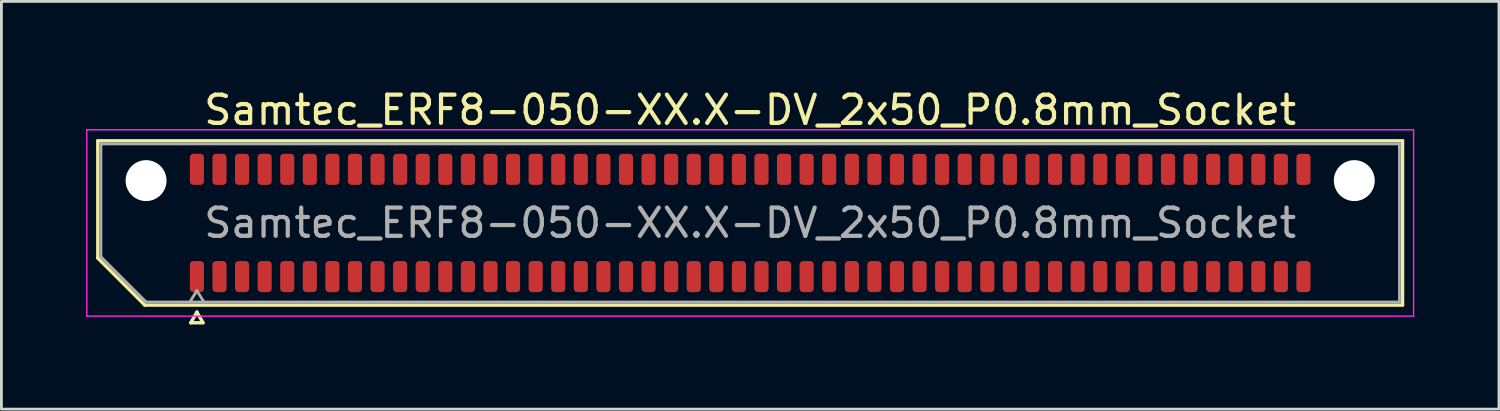
<source format=kicad_pcb>
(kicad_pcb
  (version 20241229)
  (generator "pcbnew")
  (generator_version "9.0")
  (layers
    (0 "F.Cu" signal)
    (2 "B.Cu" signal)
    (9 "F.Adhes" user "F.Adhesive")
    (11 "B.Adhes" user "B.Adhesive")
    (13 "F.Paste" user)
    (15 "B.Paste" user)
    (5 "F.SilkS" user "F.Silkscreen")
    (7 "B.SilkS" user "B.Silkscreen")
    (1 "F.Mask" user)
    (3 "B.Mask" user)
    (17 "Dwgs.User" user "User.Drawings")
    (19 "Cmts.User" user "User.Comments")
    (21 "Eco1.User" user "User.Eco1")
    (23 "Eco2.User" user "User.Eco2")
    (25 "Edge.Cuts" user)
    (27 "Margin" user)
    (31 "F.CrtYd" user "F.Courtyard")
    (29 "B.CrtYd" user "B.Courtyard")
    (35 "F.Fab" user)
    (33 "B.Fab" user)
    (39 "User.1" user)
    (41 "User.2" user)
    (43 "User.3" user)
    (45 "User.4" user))
  (footprint "Samtec_ERF8-050-XX.X-DV_2x50_P0.8mm_Socket"
    (layer "F.Cu")
    (at 23.525 4.848)
    (property "Reference" "Samtec_ERF8-050-XX.X-DV_2x50_P0.8mm_Socket" (at 0 -4 0) (layer "F.SilkS") (effects (font (size 1 1) (thickness 0.15))))
    (attr smd)
    (fp_line (start -23.11 -2.91) (end 23.11 -2.91) (stroke (width 0.12) (type solid)) (layer "F.SilkS"))
    (fp_line (start -23.11 1.246) (end -23.11 -2.91) (stroke (width 0.12) (type solid)) (layer "F.SilkS"))
    (fp_line (start -21.446 2.91) (end -23.11 1.246) (stroke (width 0.12) (type solid)) (layer "F.SilkS"))
    (fp_line (start -19.817 3.535) (end -19.6 3.16) (stroke (width 0.12) (type solid)) (layer "F.SilkS"))
    (fp_line (start -19.6 3.16) (end -19.383 3.535) (stroke (width 0.12) (type solid)) (layer "F.SilkS"))
    (fp_line (start -19.383 3.535) (end -19.817 3.535) (stroke (width 0.12) (type solid)) (layer "F.SilkS"))
    (fp_line (start 23.11 -2.91) (end 23.11 2.91) (stroke (width 0.12) (type solid)) (layer "F.SilkS"))
    (fp_line (start 23.11 2.91) (end -21.446 2.91) (stroke (width 0.12) (type solid)) (layer "F.SilkS"))
    (fp_line (start -23.5 -3.3) (end -23.5 3.3) (stroke (width 0.05) (type solid)) (layer "F.CrtYd"))
    (fp_line (start -23.5 3.3) (end 23.5 3.3) (stroke (width 0.05) (type solid)) (layer "F.CrtYd"))
    (fp_line (start 23.5 -3.3) (end -23.5 -3.3) (stroke (width 0.05) (type solid)) (layer "F.CrtYd"))
    (fp_line (start 23.5 3.3) (end 23.5 -3.3) (stroke (width 0.05) (type solid)) (layer "F.CrtYd"))
    (fp_line (start -23 -2.8) (end 23 -2.8) (stroke (width 0.1) (type solid)) (layer "F.Fab"))
    (fp_line (start -23 1.2) (end -23 -2.8) (stroke (width 0.1) (type solid)) (layer "F.Fab"))
    (fp_line (start -21.4 2.8) (end -23 1.2) (stroke (width 0.1) (type solid)) (layer "F.Fab"))
    (fp_line (start -19.6 2.4) (end -19.85 2.8) (stroke (width 0.1) (type solid)) (layer "F.Fab"))
    (fp_line (start -19.6 2.4) (end -19.35 2.8) (stroke (width 0.1) (type solid)) (layer "F.Fab"))
    (fp_line (start 23 -2.8) (end 23 2.8) (stroke (width 0.1) (type solid)) (layer "F.Fab"))
    (fp_line (start 23 2.8) (end -21.4 2.8) (stroke (width 0.1) (type solid)) (layer "F.Fab"))
    (fp_text user "${REFERENCE}" (at 0 0 0) (layer "F.Fab") (effects (font (size 1 1) (thickness 0.15))))
    (pad "" np_thru_hole circle (at -21.4 -1.5) (size 1.45 1.45) (drill 1.45) (layers "*.Cu" "*.Mask"))
    (pad "" np_thru_hole circle (at 21.4 -1.5) (size 1.45 1.45) (drill 1.45) (layers "*.Cu" "*.Mask"))
    (pad "1" smd roundrect (at -19.6 1.9) (size 0.5 1.1) (layers "F.Cu" "F.Mask" "F.Paste") (roundrect_rratio 0.25))
    (pad "2" smd roundrect (at -19.6 -1.9) (size 0.5 1.1) (layers "F.Cu" "F.Mask" "F.Paste") (roundrect_rratio 0.25))
    (pad "3" smd roundrect (at -18.8 1.9) (size 0.5 1.1) (layers "F.Cu" "F.Mask" "F.Paste") (roundrect_rratio 0.25))
    (pad "4" smd roundrect (at -18.8 -1.9) (size 0.5 1.1) (layers "F.Cu" "F.Mask" "F.Paste") (roundrect_rratio 0.25))
    (pad "5" smd roundrect (at -18 1.9) (size 0.5 1.1) (layers "F.Cu" "F.Mask" "F.Paste") (roundrect_rratio 0.25))
    (pad "6" smd roundrect (at -18 -1.9) (size 0.5 1.1) (layers "F.Cu" "F.Mask" "F.Paste") (roundrect_rratio 0.25))
    (pad "7" smd roundrect (at -17.2 1.9) (size 0.5 1.1) (layers "F.Cu" "F.Mask" "F.Paste") (roundrect_rratio 0.25))
    (pad "8" smd roundrect (at -17.2 -1.9) (size 0.5 1.1) (layers "F.Cu" "F.Mask" "F.Paste") (roundrect_rratio 0.25))
    (pad "9" smd roundrect (at -16.4 1.9) (size 0.5 1.1) (layers "F.Cu" "F.Mask" "F.Paste") (roundrect_rratio 0.25))
    (pad "10" smd roundrect (at -16.4 -1.9) (size 0.5 1.1) (layers "F.Cu" "F.Mask" "F.Paste") (roundrect_rratio 0.25))
    (pad "11" smd roundrect (at -15.6 1.9) (size 0.5 1.1) (layers "F.Cu" "F.Mask" "F.Paste") (roundrect_rratio 0.25))
    (pad "12" smd roundrect (at -15.6 -1.9) (size 0.5 1.1) (layers "F.Cu" "F.Mask" "F.Paste") (roundrect_rratio 0.25))
    (pad "13" smd roundrect (at -14.8 1.9) (size 0.5 1.1) (layers "F.Cu" "F.Mask" "F.Paste") (roundrect_rratio 0.25))
    (pad "14" smd roundrect (at -14.8 -1.9) (size 0.5 1.1) (layers "F.Cu" "F.Mask" "F.Paste") (roundrect_rratio 0.25))
    (pad "15" smd roundrect (at -14 1.9) (size 0.5 1.1) (layers "F.Cu" "F.Mask" "F.Paste") (roundrect_rratio 0.25))
    (pad "16" smd roundrect (at -14 -1.9) (size 0.5 1.1) (layers "F.Cu" "F.Mask" "F.Paste") (roundrect_rratio 0.25))
    (pad "17" smd roundrect (at -13.2 1.9) (size 0.5 1.1) (layers "F.Cu" "F.Mask" "F.Paste") (roundrect_rratio 0.25))
    (pad "18" smd roundrect (at -13.2 -1.9) (size 0.5 1.1) (layers "F.Cu" "F.Mask" "F.Paste") (roundrect_rratio 0.25))
    (pad "19" smd roundrect (at -12.4 1.9) (size 0.5 1.1) (layers "F.Cu" "F.Mask" "F.Paste") (roundrect_rratio 0.25))
    (pad "20" smd roundrect (at -12.4 -1.9) (size 0.5 1.1) (layers "F.Cu" "F.Mask" "F.Paste") (roundrect_rratio 0.25))
    (pad "21" smd roundrect (at -11.6 1.9) (size 0.5 1.1) (layers "F.Cu" "F.Mask" "F.Paste") (roundrect_rratio 0.25))
    (pad "22" smd roundrect (at -11.6 -1.9) (size 0.5 1.1) (layers "F.Cu" "F.Mask" "F.Paste") (roundrect_rratio 0.25))
    (pad "23" smd roundrect (at -10.8 1.9) (size 0.5 1.1) (layers "F.Cu" "F.Mask" "F.Paste") (roundrect_rratio 0.25))
    (pad "24" smd roundrect (at -10.8 -1.9) (size 0.5 1.1) (layers "F.Cu" "F.Mask" "F.Paste") (roundrect_rratio 0.25))
    (pad "25" smd roundrect (at -10 1.9) (size 0.5 1.1) (layers "F.Cu" "F.Mask" "F.Paste") (roundrect_rratio 0.25))
    (pad "26" smd roundrect (at -10 -1.9) (size 0.5 1.1) (layers "F.Cu" "F.Mask" "F.Paste") (roundrect_rratio 0.25))
    (pad "27" smd roundrect (at -9.2 1.9) (size 0.5 1.1) (layers "F.Cu" "F.Mask" "F.Paste") (roundrect_rratio 0.25))
    (pad "28" smd roundrect (at -9.2 -1.9) (size 0.5 1.1) (layers "F.Cu" "F.Mask" "F.Paste") (roundrect_rratio 0.25))
    (pad "29" smd roundrect (at -8.4 1.9) (size 0.5 1.1) (layers "F.Cu" "F.Mask" "F.Paste") (roundrect_rratio 0.25))
    (pad "30" smd roundrect (at -8.4 -1.9) (size 0.5 1.1) (layers "F.Cu" "F.Mask" "F.Paste") (roundrect_rratio 0.25))
    (pad "31" smd roundrect (at -7.6 1.9) (size 0.5 1.1) (layers "F.Cu" "F.Mask" "F.Paste") (roundrect_rratio 0.25))
    (pad "32" smd roundrect (at -7.6 -1.9) (size 0.5 1.1) (layers "F.Cu" "F.Mask" "F.Paste") (roundrect_rratio 0.25))
    (pad "33" smd roundrect (at -6.8 1.9) (size 0.5 1.1) (layers "F.Cu" "F.Mask" "F.Paste") (roundrect_rratio 0.25))
    (pad "34" smd roundrect (at -6.8 -1.9) (size 0.5 1.1) (layers "F.Cu" "F.Mask" "F.Paste") (roundrect_rratio 0.25))
    (pad "35" smd roundrect (at -6 1.9) (size 0.5 1.1) (layers "F.Cu" "F.Mask" "F.Paste") (roundrect_rratio 0.25))
    (pad "36" smd roundrect (at -6 -1.9) (size 0.5 1.1) (layers "F.Cu" "F.Mask" "F.Paste") (roundrect_rratio 0.25))
    (pad "37" smd roundrect (at -5.2 1.9) (size 0.5 1.1) (layers "F.Cu" "F.Mask" "F.Paste") (roundrect_rratio 0.25))
    (pad "38" smd roundrect (at -5.2 -1.9) (size 0.5 1.1) (layers "F.Cu" "F.Mask" "F.Paste") (roundrect_rratio 0.25))
    (pad "39" smd roundrect (at -4.4 1.9) (size 0.5 1.1) (layers "F.Cu" "F.Mask" "F.Paste") (roundrect_rratio 0.25))
    (pad "40" smd roundrect (at -4.4 -1.9) (size 0.5 1.1) (layers "F.Cu" "F.Mask" "F.Paste") (roundrect_rratio 0.25))
    (pad "41" smd roundrect (at -3.6 1.9) (size 0.5 1.1) (layers "F.Cu" "F.Mask" "F.Paste") (roundrect_rratio 0.25))
    (pad "42" smd roundrect (at -3.6 -1.9) (size 0.5 1.1) (layers "F.Cu" "F.Mask" "F.Paste") (roundrect_rratio 0.25))
    (pad "43" smd roundrect (at -2.8 1.9) (size 0.5 1.1) (layers "F.Cu" "F.Mask" "F.Paste") (roundrect_rratio 0.25))
    (pad "44" smd roundrect (at -2.8 -1.9) (size 0.5 1.1) (layers "F.Cu" "F.Mask" "F.Paste") (roundrect_rratio 0.25))
    (pad "45" smd roundrect (at -2 1.9) (size 0.5 1.1) (layers "F.Cu" "F.Mask" "F.Paste") (roundrect_rratio 0.25))
    (pad "46" smd roundrect (at -2 -1.9) (size 0.5 1.1) (layers "F.Cu" "F.Mask" "F.Paste") (roundrect_rratio 0.25))
    (pad "47" smd roundrect (at -1.2 1.9) (size 0.5 1.1) (layers "F.Cu" "F.Mask" "F.Paste") (roundrect_rratio 0.25))
    (pad "48" smd roundrect (at -1.2 -1.9) (size 0.5 1.1) (layers "F.Cu" "F.Mask" "F.Paste") (roundrect_rratio 0.25))
    (pad "49" smd roundrect (at -0.4 1.9) (size 0.5 1.1) (layers "F.Cu" "F.Mask" "F.Paste") (roundrect_rratio 0.25))
    (pad "50" smd roundrect (at -0.4 -1.9) (size 0.5 1.1) (layers "F.Cu" "F.Mask" "F.Paste") (roundrect_rratio 0.25))
    (pad "51" smd roundrect (at 0.4 1.9) (size 0.5 1.1) (layers "F.Cu" "F.Mask" "F.Paste") (roundrect_rratio 0.25))
    (pad "52" smd roundrect (at 0.4 -1.9) (size 0.5 1.1) (layers "F.Cu" "F.Mask" "F.Paste") (roundrect_rratio 0.25))
    (pad "53" smd roundrect (at 1.2 1.9) (size 0.5 1.1) (layers "F.Cu" "F.Mask" "F.Paste") (roundrect_rratio 0.25))
    (pad "54" smd roundrect (at 1.2 -1.9) (size 0.5 1.1) (layers "F.Cu" "F.Mask" "F.Paste") (roundrect_rratio 0.25))
    (pad "55" smd roundrect (at 2 1.9) (size 0.5 1.1) (layers "F.Cu" "F.Mask" "F.Paste") (roundrect_rratio 0.25))
    (pad "56" smd roundrect (at 2 -1.9) (size 0.5 1.1) (layers "F.Cu" "F.Mask" "F.Paste") (roundrect_rratio 0.25))
    (pad "57" smd roundrect (at 2.8 1.9) (size 0.5 1.1) (layers "F.Cu" "F.Mask" "F.Paste") (roundrect_rratio 0.25))
    (pad "58" smd roundrect (at 2.8 -1.9) (size 0.5 1.1) (layers "F.Cu" "F.Mask" "F.Paste") (roundrect_rratio 0.25))
    (pad "59" smd roundrect (at 3.6 1.9) (size 0.5 1.1) (layers "F.Cu" "F.Mask" "F.Paste") (roundrect_rratio 0.25))
    (pad "60" smd roundrect (at 3.6 -1.9) (size 0.5 1.1) (layers "F.Cu" "F.Mask" "F.Paste") (roundrect_rratio 0.25))
    (pad "61" smd roundrect (at 4.4 1.9) (size 0.5 1.1) (layers "F.Cu" "F.Mask" "F.Paste") (roundrect_rratio 0.25))
    (pad "62" smd roundrect (at 4.4 -1.9) (size 0.5 1.1) (layers "F.Cu" "F.Mask" "F.Paste") (roundrect_rratio 0.25))
    (pad "63" smd roundrect (at 5.2 1.9) (size 0.5 1.1) (layers "F.Cu" "F.Mask" "F.Paste") (roundrect_rratio 0.25))
    (pad "64" smd roundrect (at 5.2 -1.9) (size 0.5 1.1) (layers "F.Cu" "F.Mask" "F.Paste") (roundrect_rratio 0.25))
    (pad "65" smd roundrect (at 6 1.9) (size 0.5 1.1) (layers "F.Cu" "F.Mask" "F.Paste") (roundrect_rratio 0.25))
    (pad "66" smd roundrect (at 6 -1.9) (size 0.5 1.1) (layers "F.Cu" "F.Mask" "F.Paste") (roundrect_rratio 0.25))
    (pad "67" smd roundrect (at 6.8 1.9) (size 0.5 1.1) (layers "F.Cu" "F.Mask" "F.Paste") (roundrect_rratio 0.25))
    (pad "68" smd roundrect (at 6.8 -1.9) (size 0.5 1.1) (layers "F.Cu" "F.Mask" "F.Paste") (roundrect_rratio 0.25))
    (pad "69" smd roundrect (at 7.6 1.9) (size 0.5 1.1) (layers "F.Cu" "F.Mask" "F.Paste") (roundrect_rratio 0.25))
    (pad "70" smd roundrect (at 7.6 -1.9) (size 0.5 1.1) (layers "F.Cu" "F.Mask" "F.Paste") (roundrect_rratio 0.25))
    (pad "71" smd roundrect (at 8.4 1.9) (size 0.5 1.1) (layers "F.Cu" "F.Mask" "F.Paste") (roundrect_rratio 0.25))
    (pad "72" smd roundrect (at 8.4 -1.9) (size 0.5 1.1) (layers "F.Cu" "F.Mask" "F.Paste") (roundrect_rratio 0.25))
    (pad "73" smd roundrect (at 9.2 1.9) (size 0.5 1.1) (layers "F.Cu" "F.Mask" "F.Paste") (roundrect_rratio 0.25))
    (pad "74" smd roundrect (at 9.2 -1.9) (size 0.5 1.1) (layers "F.Cu" "F.Mask" "F.Paste") (roundrect_rratio 0.25))
    (pad "75" smd roundrect (at 10 1.9) (size 0.5 1.1) (layers "F.Cu" "F.Mask" "F.Paste") (roundrect_rratio 0.25))
    (pad "76" smd roundrect (at 10 -1.9) (size 0.5 1.1) (layers "F.Cu" "F.Mask" "F.Paste") (roundrect_rratio 0.25))
    (pad "77" smd roundrect (at 10.8 1.9) (size 0.5 1.1) (layers "F.Cu" "F.Mask" "F.Paste") (roundrect_rratio 0.25))
    (pad "78" smd roundrect (at 10.8 -1.9) (size 0.5 1.1) (layers "F.Cu" "F.Mask" "F.Paste") (roundrect_rratio 0.25))
    (pad "79" smd roundrect (at 11.6 1.9) (size 0.5 1.1) (layers "F.Cu" "F.Mask" "F.Paste") (roundrect_rratio 0.25))
    (pad "80" smd roundrect (at 11.6 -1.9) (size 0.5 1.1) (layers "F.Cu" "F.Mask" "F.Paste") (roundrect_rratio 0.25))
    (pad "81" smd roundrect (at 12.4 1.9) (size 0.5 1.1) (layers "F.Cu" "F.Mask" "F.Paste") (roundrect_rratio 0.25))
    (pad "82" smd roundrect (at 12.4 -1.9) (size 0.5 1.1) (layers "F.Cu" "F.Mask" "F.Paste") (roundrect_rratio 0.25))
    (pad "83" smd roundrect (at 13.2 1.9) (size 0.5 1.1) (layers "F.Cu" "F.Mask" "F.Paste") (roundrect_rratio 0.25))
    (pad "84" smd roundrect (at 13.2 -1.9) (size 0.5 1.1) (layers "F.Cu" "F.Mask" "F.Paste") (roundrect_rratio 0.25))
    (pad "85" smd roundrect (at 14 1.9) (size 0.5 1.1) (layers "F.Cu" "F.Mask" "F.Paste") (roundrect_rratio 0.25))
    (pad "86" smd roundrect (at 14 -1.9) (size 0.5 1.1) (layers "F.Cu" "F.Mask" "F.Paste") (roundrect_rratio 0.25))
    (pad "87" smd roundrect (at 14.8 1.9) (size 0.5 1.1) (layers "F.Cu" "F.Mask" "F.Paste") (roundrect_rratio 0.25))
    (pad "88" smd roundrect (at 14.8 -1.9) (size 0.5 1.1) (layers "F.Cu" "F.Mask" "F.Paste") (roundrect_rratio 0.25))
    (pad "89" smd roundrect (at 15.6 1.9) (size 0.5 1.1) (layers "F.Cu" "F.Mask" "F.Paste") (roundrect_rratio 0.25))
    (pad "90" smd roundrect (at 15.6 -1.9) (size 0.5 1.1) (layers "F.Cu" "F.Mask" "F.Paste") (roundrect_rratio 0.25))
    (pad "91" smd roundrect (at 16.4 1.9) (size 0.5 1.1) (layers "F.Cu" "F.Mask" "F.Paste") (roundrect_rratio 0.25))
    (pad "92" smd roundrect (at 16.4 -1.9) (size 0.5 1.1) (layers "F.Cu" "F.Mask" "F.Paste") (roundrect_rratio 0.25))
    (pad "93" smd roundrect (at 17.2 1.9) (size 0.5 1.1) (layers "F.Cu" "F.Mask" "F.Paste") (roundrect_rratio 0.25))
    (pad "94" smd roundrect (at 17.2 -1.9) (size 0.5 1.1) (layers "F.Cu" "F.Mask" "F.Paste") (roundrect_rratio 0.25))
    (pad "95" smd roundrect (at 18 1.9) (size 0.5 1.1) (layers "F.Cu" "F.Mask" "F.Paste") (roundrect_rratio 0.25))
    (pad "96" smd roundrect (at 18 -1.9) (size 0.5 1.1) (layers "F.Cu" "F.Mask" "F.Paste") (roundrect_rratio 0.25))
    (pad "97" smd roundrect (at 18.8 1.9) (size 0.5 1.1) (layers "F.Cu" "F.Mask" "F.Paste") (roundrect_rratio 0.25))
    (pad "98" smd roundrect (at 18.8 -1.9) (size 0.5 1.1) (layers "F.Cu" "F.Mask" "F.Paste") (roundrect_rratio 0.25))
    (pad "99" smd roundrect (at 19.6 1.9) (size 0.5 1.1) (layers "F.Cu" "F.Mask" "F.Paste") (roundrect_rratio 0.25))
    (pad "100" smd roundrect (at 19.6 -1.9) (size 0.5 1.1) (layers "F.Cu" "F.Mask" "F.Paste") (roundrect_rratio 0.25)))
  (gr_rect
    (start -3 -3)
    (end 50.05 11.443)
    (stroke (width 0.1) (type default))
    (fill no)
    (layer "Edge.Cuts")))
</source>
